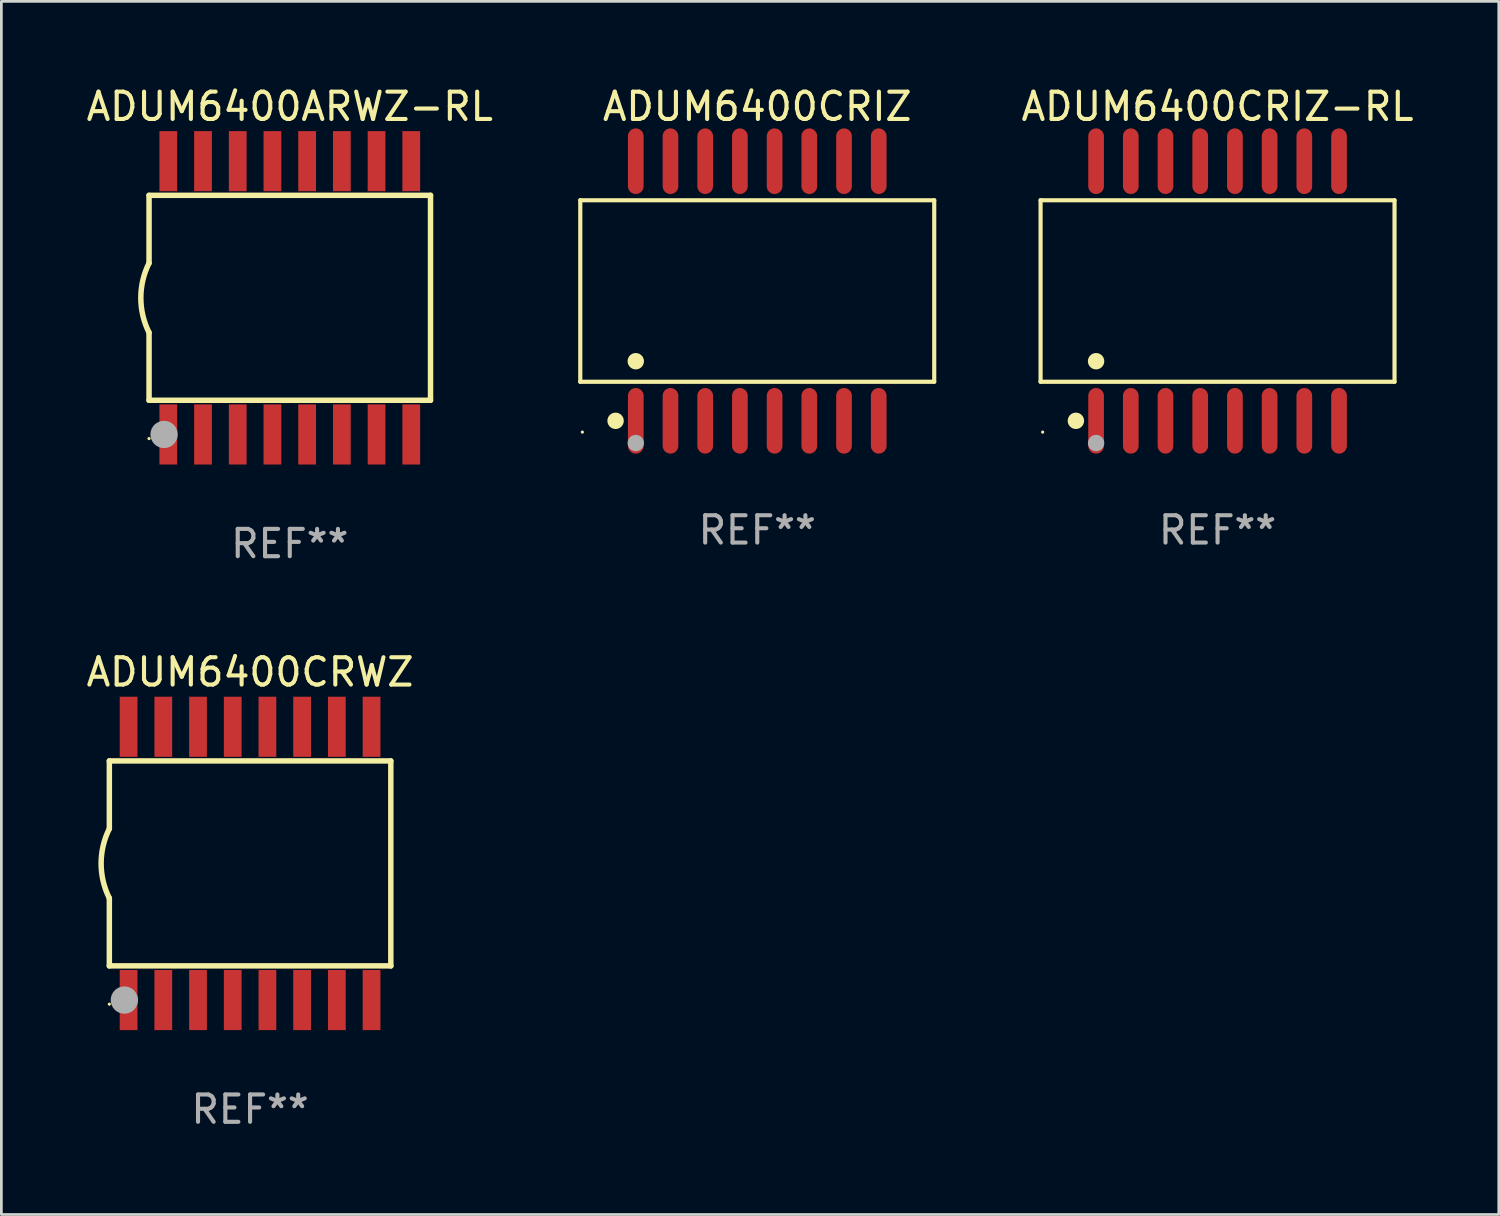
<source format=kicad_pcb>
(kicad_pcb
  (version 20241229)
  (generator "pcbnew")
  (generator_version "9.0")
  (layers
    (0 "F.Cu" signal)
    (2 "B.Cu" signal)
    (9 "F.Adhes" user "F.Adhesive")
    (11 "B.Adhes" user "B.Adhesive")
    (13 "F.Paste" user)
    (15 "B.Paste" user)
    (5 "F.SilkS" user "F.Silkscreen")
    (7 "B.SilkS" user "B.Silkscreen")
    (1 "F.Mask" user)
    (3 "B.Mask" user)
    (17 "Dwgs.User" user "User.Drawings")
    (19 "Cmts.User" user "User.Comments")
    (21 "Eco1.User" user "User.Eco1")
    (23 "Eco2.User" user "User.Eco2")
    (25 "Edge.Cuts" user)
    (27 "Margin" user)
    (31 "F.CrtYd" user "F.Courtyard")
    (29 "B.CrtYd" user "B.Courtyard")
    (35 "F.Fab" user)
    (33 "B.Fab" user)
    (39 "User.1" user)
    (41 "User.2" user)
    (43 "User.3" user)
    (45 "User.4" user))
  (footprint "ADUM6400CRIZ-RL"
    (layer "F.Cu")
    (at 41.504 7.599)
    (property "Reference" "ADUM6400CRIZ-RL" (at 0 -6.75 0) (layer "F.SilkS") (effects (font (size 1 1) (thickness 0.15))))
    (attr through_hole)
    (fp_line (start -6.476 -3.321) (end 6.476 -3.321) (stroke (width 0.152) (type solid)) (layer "F.SilkS"))
    (fp_line (start -6.476 3.321) (end -6.476 -3.321) (stroke (width 0.152) (type solid)) (layer "F.SilkS"))
    (fp_line (start 6.476 -3.321) (end 6.476 3.321) (stroke (width 0.152) (type solid)) (layer "F.SilkS"))
    (fp_line (start 6.476 3.321) (end -6.476 3.321) (stroke (width 0.152) (type solid)) (layer "F.SilkS"))
    (fp_circle (center -6.4 5.163) (end -6.37 5.163) (stroke (width 0.06) (type solid)) (fill no) (layer "F.SilkS"))
    (fp_circle (center -5.184 4.75) (end -5.034 4.75) (stroke (width 0.3) (type solid)) (fill no) (layer "F.SilkS"))
    (fp_circle (center -4.445 2.569) (end -4.295 2.569) (stroke (width 0.3) (type solid)) (fill no) (layer "F.SilkS"))
    (fp_circle (center -4.445 5.563) (end -4.295 5.563) (stroke (width 0.3) (type solid)) (fill no) (layer "F.Fab"))
    (fp_text user "REF**" (at 0 8.75 0) (layer "F.Fab") (effects (font (size 1 1) (thickness 0.15))))
    (pad "1" smd oval (at -4.445 4.75) (size 0.574 2.401) (layers "F.Cu" "F.Mask" "F.Paste"))
    (pad "2" smd oval (at -3.175 4.75) (size 0.574 2.401) (layers "F.Cu" "F.Mask" "F.Paste"))
    (pad "3" smd oval (at -1.905 4.75) (size 0.574 2.401) (layers "F.Cu" "F.Mask" "F.Paste"))
    (pad "4" smd oval (at -0.635 4.75) (size 0.574 2.401) (layers "F.Cu" "F.Mask" "F.Paste"))
    (pad "5" smd oval (at 0.635 4.75) (size 0.574 2.401) (layers "F.Cu" "F.Mask" "F.Paste"))
    (pad "6" smd oval (at 1.905 4.75) (size 0.574 2.401) (layers "F.Cu" "F.Mask" "F.Paste"))
    (pad "7" smd oval (at 3.175 4.75) (size 0.574 2.401) (layers "F.Cu" "F.Mask" "F.Paste"))
    (pad "8" smd oval (at 4.445 4.75) (size 0.574 2.401) (layers "F.Cu" "F.Mask" "F.Paste"))
    (pad "9" smd oval (at 4.445 -4.75) (size 0.574 2.401) (layers "F.Cu" "F.Mask" "F.Paste"))
    (pad "10" smd oval (at 3.175 -4.75) (size 0.574 2.401) (layers "F.Cu" "F.Mask" "F.Paste"))
    (pad "11" smd oval (at 1.905 -4.75) (size 0.574 2.401) (layers "F.Cu" "F.Mask" "F.Paste"))
    (pad "12" smd oval (at 0.635 -4.75) (size 0.574 2.401) (layers "F.Cu" "F.Mask" "F.Paste"))
    (pad "13" smd oval (at -0.635 -4.75) (size 0.574 2.401) (layers "F.Cu" "F.Mask" "F.Paste"))
    (pad "14" smd oval (at -1.905 -4.75) (size 0.574 2.401) (layers "F.Cu" "F.Mask" "F.Paste"))
    (pad "15" smd oval (at -3.175 -4.75) (size 0.574 2.401) (layers "F.Cu" "F.Mask" "F.Paste"))
    (pad "16" smd oval (at -4.445 -4.75) (size 0.574 2.401) (layers "F.Cu" "F.Mask" "F.Paste")))
  (footprint "ADUM6400ARWZ-RL"
    (layer "F.Cu")
    (at 7.554 7.848)
    (property "Reference" "ADUM6400ARWZ-RL" (at 0 -7 0) (layer "F.SilkS") (effects (font (size 1 1) (thickness 0.15))))
    (attr through_hole)
    (fp_line (start -5.15 -3.75) (end -5.15 -1.27) (stroke (width 0.2) (type solid)) (layer "F.SilkS"))
    (fp_line (start -5.15 -3.75) (end 5.15 -3.75) (stroke (width 0.2) (type solid)) (layer "F.SilkS"))
    (fp_line (start -5.15 3.75) (end -5.15 1.27) (stroke (width 0.2) (type solid)) (layer "F.SilkS"))
    (fp_line (start 5.15 -3.75) (end 5.15 3.75) (stroke (width 0.2) (type solid)) (layer "F.SilkS"))
    (fp_line (start 5.15 3.75) (end -5.15 3.75) (stroke (width 0.2) (type solid)) (layer "F.SilkS"))
    (fp_arc (start -5.151131 1.270003) (mid -5.450556 -0.000132) (end -5.150013 -1.270003) (stroke (width 0.2) (type solid)) (layer "F.SilkS"))
    (fp_circle (center -5.15 5.15) (end -5.12 5.15) (stroke (width 0.06) (type solid)) (fill no) (layer "F.SilkS"))
    (fp_circle (center -4.6 5) (end -4.35 5) (stroke (width 0.5) (type solid)) (fill no) (layer "F.Fab"))
    (fp_text user "REF**" (at 0 9 0) (layer "F.Fab") (effects (font (size 1 1) (thickness 0.15))))
    (pad "1" smd rect (at -4.445 5) (size 0.65 2.2) (layers "F.Cu" "F.Mask" "F.Paste"))
    (pad "2" smd rect (at -3.175 5) (size 0.65 2.2) (layers "F.Cu" "F.Mask" "F.Paste"))
    (pad "3" smd rect (at -1.905 5) (size 0.65 2.2) (layers "F.Cu" "F.Mask" "F.Paste"))
    (pad "4" smd rect (at -0.635 5) (size 0.65 2.2) (layers "F.Cu" "F.Mask" "F.Paste"))
    (pad "5" smd rect (at 0.635 5) (size 0.65 2.2) (layers "F.Cu" "F.Mask" "F.Paste"))
    (pad "6" smd rect (at 1.905 5) (size 0.65 2.2) (layers "F.Cu" "F.Mask" "F.Paste"))
    (pad "7" smd rect (at 3.175 5) (size 0.65 2.2) (layers "F.Cu" "F.Mask" "F.Paste"))
    (pad "8" smd rect (at 4.445 5) (size 0.65 2.2) (layers "F.Cu" "F.Mask" "F.Paste"))
    (pad "9" smd rect (at 4.445 -5) (size 0.65 2.2) (layers "F.Cu" "F.Mask" "F.Paste"))
    (pad "10" smd rect (at 3.175 -5) (size 0.65 2.2) (layers "F.Cu" "F.Mask" "F.Paste"))
    (pad "11" smd rect (at 1.905 -5) (size 0.65 2.2) (layers "F.Cu" "F.Mask" "F.Paste"))
    (pad "12" smd rect (at 0.635 -5) (size 0.65 2.2) (layers "F.Cu" "F.Mask" "F.Paste"))
    (pad "13" smd rect (at -0.635 -5) (size 0.65 2.2) (layers "F.Cu" "F.Mask" "F.Paste"))
    (pad "14" smd rect (at -1.905 -5) (size 0.65 2.2) (layers "F.Cu" "F.Mask" "F.Paste"))
    (pad "15" smd rect (at -3.175 -5) (size 0.65 2.2) (layers "F.Cu" "F.Mask" "F.Paste"))
    (pad "16" smd rect (at -4.445 -5) (size 0.65 2.2) (layers "F.Cu" "F.Mask" "F.Paste")))
  (footprint "ADUM6400CRWZ"
    (layer "F.Cu")
    (at 6.101 28.545)
    (property "Reference" "ADUM6400CRWZ" (at 0 -7 0) (layer "F.SilkS") (effects (font (size 1 1) (thickness 0.15))))
    (attr through_hole)
    (fp_line (start -5.15 -3.75) (end -5.15 -1.27) (stroke (width 0.2) (type solid)) (layer "F.SilkS"))
    (fp_line (start -5.15 -3.75) (end 5.15 -3.75) (stroke (width 0.2) (type solid)) (layer "F.SilkS"))
    (fp_line (start -5.15 3.75) (end -5.15 1.27) (stroke (width 0.2) (type solid)) (layer "F.SilkS"))
    (fp_line (start 5.15 -3.75) (end 5.15 3.75) (stroke (width 0.2) (type solid)) (layer "F.SilkS"))
    (fp_line (start 5.15 3.75) (end -5.15 3.75) (stroke (width 0.2) (type solid)) (layer "F.SilkS"))
    (fp_arc (start -5.151131 1.270003) (mid -5.450556 -0.000132) (end -5.150013 -1.270003) (stroke (width 0.2) (type solid)) (layer "F.SilkS"))
    (fp_circle (center -5.15 5.15) (end -5.12 5.15) (stroke (width 0.06) (type solid)) (fill no) (layer "F.SilkS"))
    (fp_circle (center -4.6 5) (end -4.35 5) (stroke (width 0.5) (type solid)) (fill no) (layer "F.Fab"))
    (fp_text user "REF**" (at 0 9 0) (layer "F.Fab") (effects (font (size 1 1) (thickness 0.15))))
    (pad "1" smd rect (at -4.445 5) (size 0.65 2.2) (layers "F.Cu" "F.Mask" "F.Paste"))
    (pad "2" smd rect (at -3.175 5) (size 0.65 2.2) (layers "F.Cu" "F.Mask" "F.Paste"))
    (pad "3" smd rect (at -1.905 5) (size 0.65 2.2) (layers "F.Cu" "F.Mask" "F.Paste"))
    (pad "4" smd rect (at -0.635 5) (size 0.65 2.2) (layers "F.Cu" "F.Mask" "F.Paste"))
    (pad "5" smd rect (at 0.635 5) (size 0.65 2.2) (layers "F.Cu" "F.Mask" "F.Paste"))
    (pad "6" smd rect (at 1.905 5) (size 0.65 2.2) (layers "F.Cu" "F.Mask" "F.Paste"))
    (pad "7" smd rect (at 3.175 5) (size 0.65 2.2) (layers "F.Cu" "F.Mask" "F.Paste"))
    (pad "8" smd rect (at 4.445 5) (size 0.65 2.2) (layers "F.Cu" "F.Mask" "F.Paste"))
    (pad "9" smd rect (at 4.445 -5) (size 0.65 2.2) (layers "F.Cu" "F.Mask" "F.Paste"))
    (pad "10" smd rect (at 3.175 -5) (size 0.65 2.2) (layers "F.Cu" "F.Mask" "F.Paste"))
    (pad "11" smd rect (at 1.905 -5) (size 0.65 2.2) (layers "F.Cu" "F.Mask" "F.Paste"))
    (pad "12" smd rect (at 0.635 -5) (size 0.65 2.2) (layers "F.Cu" "F.Mask" "F.Paste"))
    (pad "13" smd rect (at -0.635 -5) (size 0.65 2.2) (layers "F.Cu" "F.Mask" "F.Paste"))
    (pad "14" smd rect (at -1.905 -5) (size 0.65 2.2) (layers "F.Cu" "F.Mask" "F.Paste"))
    (pad "15" smd rect (at -3.175 -5) (size 0.65 2.2) (layers "F.Cu" "F.Mask" "F.Paste"))
    (pad "16" smd rect (at -4.445 -5) (size 0.65 2.2) (layers "F.Cu" "F.Mask" "F.Paste")))
  (footprint "ADUM6400CRIZ"
    (layer "F.Cu")
    (at 24.66 7.599)
    (property "Reference" "ADUM6400CRIZ" (at 0 -6.75 0) (layer "F.SilkS") (effects (font (size 1 1) (thickness 0.15))))
    (attr through_hole)
    (fp_line (start -6.476 -3.321) (end 6.476 -3.321) (stroke (width 0.152) (type solid)) (layer "F.SilkS"))
    (fp_line (start -6.476 3.321) (end -6.476 -3.321) (stroke (width 0.152) (type solid)) (layer "F.SilkS"))
    (fp_line (start 6.476 -3.321) (end 6.476 3.321) (stroke (width 0.152) (type solid)) (layer "F.SilkS"))
    (fp_line (start 6.476 3.321) (end -6.476 3.321) (stroke (width 0.152) (type solid)) (layer "F.SilkS"))
    (fp_circle (center -6.4 5.163) (end -6.37 5.163) (stroke (width 0.06) (type solid)) (fill no) (layer "F.SilkS"))
    (fp_circle (center -5.184 4.75) (end -5.034 4.75) (stroke (width 0.3) (type solid)) (fill no) (layer "F.SilkS"))
    (fp_circle (center -4.445 2.569) (end -4.295 2.569) (stroke (width 0.3) (type solid)) (fill no) (layer "F.SilkS"))
    (fp_circle (center -4.445 5.563) (end -4.295 5.563) (stroke (width 0.3) (type solid)) (fill no) (layer "F.Fab"))
    (fp_text user "REF**" (at 0 8.75 0) (layer "F.Fab") (effects (font (size 1 1) (thickness 0.15))))
    (pad "1" smd oval (at -4.445 4.75) (size 0.574 2.401) (layers "F.Cu" "F.Mask" "F.Paste"))
    (pad "2" smd oval (at -3.175 4.75) (size 0.574 2.401) (layers "F.Cu" "F.Mask" "F.Paste"))
    (pad "3" smd oval (at -1.905 4.75) (size 0.574 2.401) (layers "F.Cu" "F.Mask" "F.Paste"))
    (pad "4" smd oval (at -0.635 4.75) (size 0.574 2.401) (layers "F.Cu" "F.Mask" "F.Paste"))
    (pad "5" smd oval (at 0.635 4.75) (size 0.574 2.401) (layers "F.Cu" "F.Mask" "F.Paste"))
    (pad "6" smd oval (at 1.905 4.75) (size 0.574 2.401) (layers "F.Cu" "F.Mask" "F.Paste"))
    (pad "7" smd oval (at 3.175 4.75) (size 0.574 2.401) (layers "F.Cu" "F.Mask" "F.Paste"))
    (pad "8" smd oval (at 4.445 4.75) (size 0.574 2.401) (layers "F.Cu" "F.Mask" "F.Paste"))
    (pad "9" smd oval (at 4.445 -4.75) (size 0.574 2.401) (layers "F.Cu" "F.Mask" "F.Paste"))
    (pad "10" smd oval (at 3.175 -4.75) (size 0.574 2.401) (layers "F.Cu" "F.Mask" "F.Paste"))
    (pad "11" smd oval (at 1.905 -4.75) (size 0.574 2.401) (layers "F.Cu" "F.Mask" "F.Paste"))
    (pad "12" smd oval (at 0.635 -4.75) (size 0.574 2.401) (layers "F.Cu" "F.Mask" "F.Paste"))
    (pad "13" smd oval (at -0.635 -4.75) (size 0.574 2.401) (layers "F.Cu" "F.Mask" "F.Paste"))
    (pad "14" smd oval (at -1.905 -4.75) (size 0.574 2.401) (layers "F.Cu" "F.Mask" "F.Paste"))
    (pad "15" smd oval (at -3.175 -4.75) (size 0.574 2.401) (layers "F.Cu" "F.Mask" "F.Paste"))
    (pad "16" smd oval (at -4.445 -4.75) (size 0.574 2.401) (layers "F.Cu" "F.Mask" "F.Paste")))
  (gr_rect
    (start -3 -3)
    (end 51.795 41.393)
    (stroke (width 0.1) (type default))
    (fill no)
    (layer "Edge.Cuts")))
</source>
